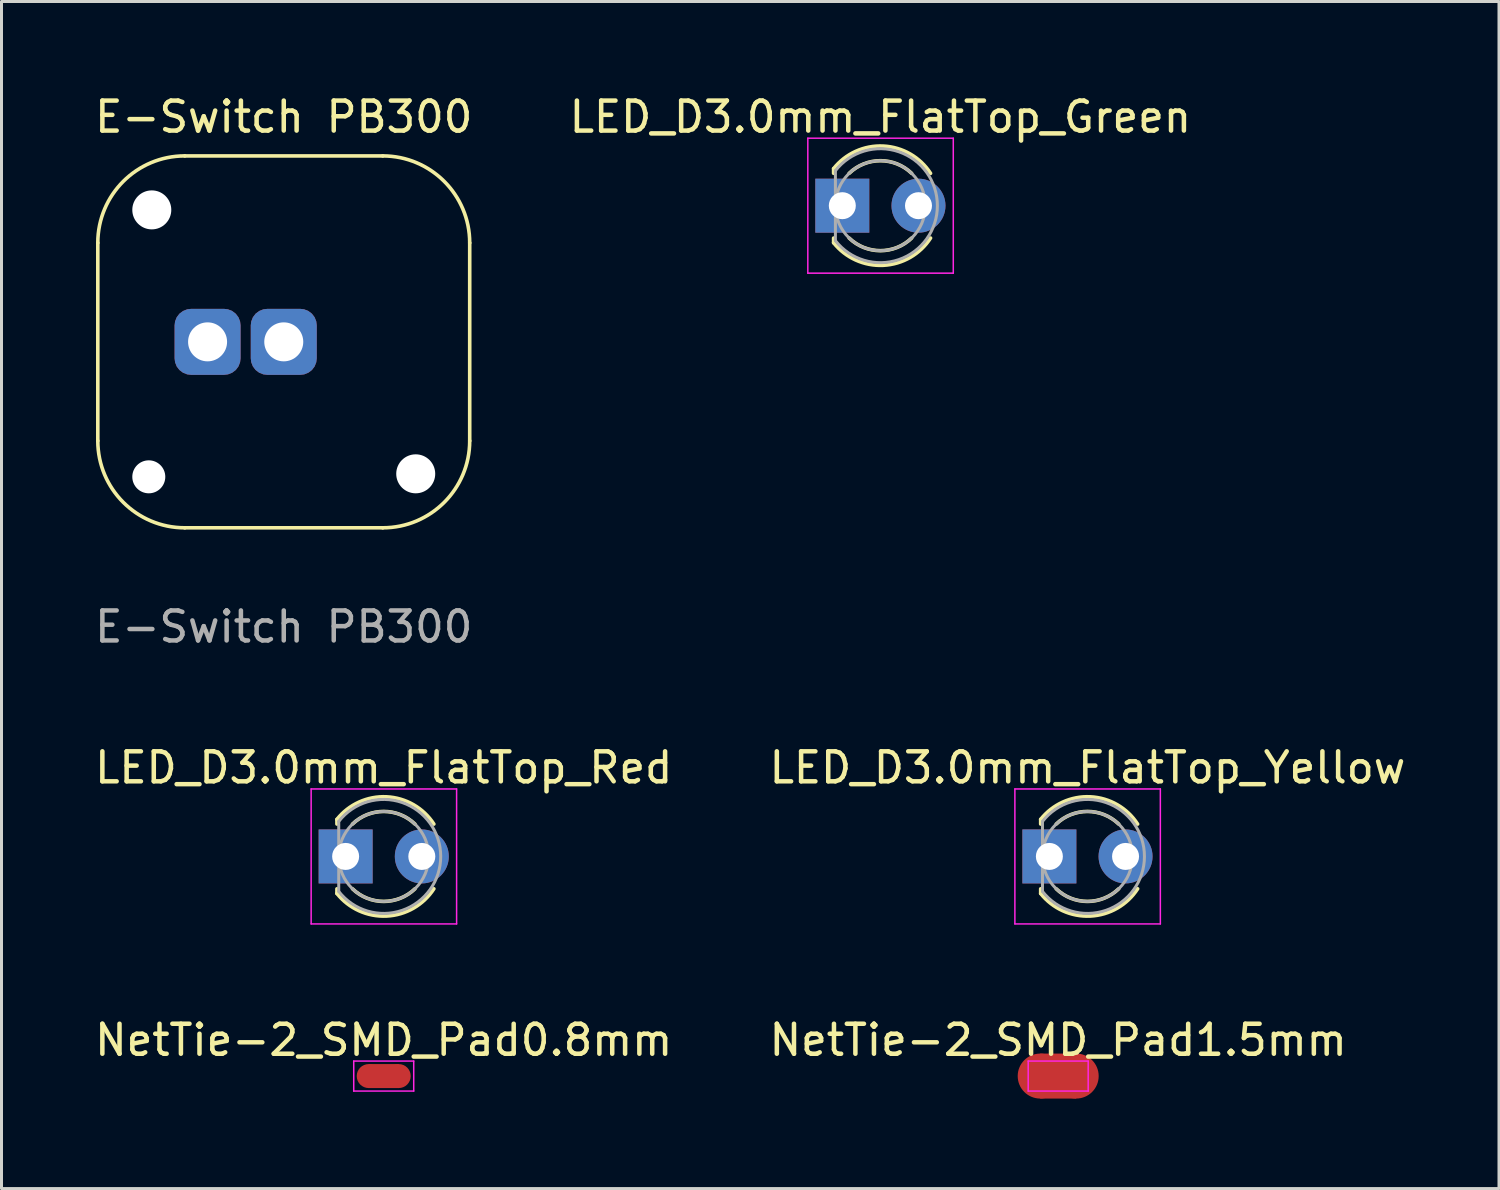
<source format=kicad_pcb>
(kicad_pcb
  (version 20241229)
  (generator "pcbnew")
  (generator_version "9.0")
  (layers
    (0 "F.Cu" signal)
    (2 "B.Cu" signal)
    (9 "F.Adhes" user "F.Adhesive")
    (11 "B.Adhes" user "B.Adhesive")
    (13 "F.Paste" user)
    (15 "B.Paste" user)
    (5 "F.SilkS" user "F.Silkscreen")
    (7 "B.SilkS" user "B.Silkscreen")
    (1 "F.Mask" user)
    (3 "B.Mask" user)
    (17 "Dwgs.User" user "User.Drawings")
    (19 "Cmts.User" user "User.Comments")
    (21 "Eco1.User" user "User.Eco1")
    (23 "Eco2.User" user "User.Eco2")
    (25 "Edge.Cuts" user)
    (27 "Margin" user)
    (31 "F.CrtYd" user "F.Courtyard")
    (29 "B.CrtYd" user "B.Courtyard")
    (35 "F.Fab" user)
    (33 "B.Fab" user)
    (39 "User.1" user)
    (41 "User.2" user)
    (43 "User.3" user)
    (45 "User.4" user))
  (footprint "NetTie-2_SMD_Pad0.8mm"
    (layer "F.Cu")
    (at 9.744 32.828)
    (property "Reference" "NetTie-2_SMD_Pad0.8mm" (at 0 -1.2 0) (layer "F.SilkS") (effects (font (size 1 1) (thickness 0.15))))
    (attr exclude_from_pos_files exclude_from_bom)
    (fp_poly (pts (xy -0.5 -0.4) (xy 0.5 -0.4) (xy 0.5 0.4) (xy -0.5 0.4)) (stroke (width 0) (type solid)) (fill yes) (layer "F.Cu"))
    (fp_line (start -1 -0.5) (end -1 0.5) (stroke (width 0.05) (type solid)) (layer "F.CrtYd"))
    (fp_line (start -1 0.5) (end 1 0.5) (stroke (width 0.05) (type solid)) (layer "F.CrtYd"))
    (fp_line (start 1 -0.5) (end -1 -0.5) (stroke (width 0.05) (type solid)) (layer "F.CrtYd"))
    (fp_line (start 1 0.5) (end 1 -0.5) (stroke (width 0.05) (type solid)) (layer "F.CrtYd"))
    (pad "1" smd circle (at -0.5 0) (size 0.8 0.8) (layers "F.Cu"))
    (pad "2" smd circle (at 0.5 0) (size 0.8 0.8) (layers "F.Cu")))
  (footprint "LED_D3.0mm_FlatTop_Yellow"
    (layer "F.Cu")
    (at 31.938 25.505)
    (property "Reference" "LED_D3.0mm_FlatTop_Yellow" (at 1.27 -2.96 0) (layer "F.SilkS") (effects (font (size 1 1) (thickness 0.15))))
    (attr through_hole)
    (fp_line (start -0.29 -1.236) (end -0.29 -1.08) (stroke (width 0.12) (type solid)) (layer "F.SilkS"))
    (fp_line (start -0.29 1.08) (end -0.29 1.236) (stroke (width 0.12) (type solid)) (layer "F.SilkS"))
    (fp_arc (start -0.29 -1.235516) (mid 1.366487 -1.987659) (end 2.942335 -1.078608) (stroke (width 0.12) (type solid)) (layer "F.SilkS"))
    (fp_arc (start 0.229039 -1.08) (mid 1.270117 -1.5) (end 2.31113 -1.079837) (stroke (width 0.12) (type solid)) (layer "F.SilkS"))
    (fp_arc (start 2.31113 1.079837) (mid 1.270117 1.5) (end 0.229039 1.08) (stroke (width 0.12) (type solid)) (layer "F.SilkS"))
    (fp_arc (start 2.942335 1.078608) (mid 1.366487 1.987659) (end -0.29 1.235516) (stroke (width 0.12) (type solid)) (layer "F.SilkS"))
    (fp_line (start -1.15 -2.25) (end -1.15 2.25) (stroke (width 0.05) (type solid)) (layer "F.CrtYd"))
    (fp_line (start -1.15 2.25) (end 3.7 2.25) (stroke (width 0.05) (type solid)) (layer "F.CrtYd"))
    (fp_line (start 3.7 -2.25) (end -1.15 -2.25) (stroke (width 0.05) (type solid)) (layer "F.CrtYd"))
    (fp_line (start 3.7 2.25) (end 3.7 -2.25) (stroke (width 0.05) (type solid)) (layer "F.CrtYd"))
    (fp_line (start -0.23 -1.166) (end -0.23 1.166) (stroke (width 0.1) (type solid)) (layer "F.Fab"))
    (fp_arc (start -0.23 -1.16619) (mid 3.17 0.000452) (end -0.230555 1.165476) (stroke (width 0.1) (type solid)) (layer "F.Fab"))
    (fp_circle (center 1.27 0) (end 2.77 0) (stroke (width 0.1) (type solid)) (fill no) (layer "F.Fab"))
    (pad "1" thru_hole rect (at 0 0) (size 1.8 1.8) (drill 0.9) (layers "*.Cu" "*.Mask"))
    (pad "2" thru_hole circle (at 2.54 0) (size 1.8 1.8) (drill 0.9) (layers "*.Cu" "*.Mask")))
  (footprint "LED_D3.0mm_FlatTop_Green"
    (layer "F.Cu")
    (at 25.034 3.808)
    (property "Reference" "LED_D3.0mm_FlatTop_Green" (at 1.27 -2.96 0) (layer "F.SilkS") (effects (font (size 1 1) (thickness 0.15))))
    (attr through_hole)
    (fp_line (start -0.29 -1.236) (end -0.29 -1.08) (stroke (width 0.12) (type solid)) (layer "F.SilkS"))
    (fp_line (start -0.29 1.08) (end -0.29 1.236) (stroke (width 0.12) (type solid)) (layer "F.SilkS"))
    (fp_arc (start -0.29 -1.235516) (mid 1.366487 -1.987659) (end 2.942335 -1.078608) (stroke (width 0.12) (type solid)) (layer "F.SilkS"))
    (fp_arc (start 0.229039 -1.08) (mid 1.270117 -1.5) (end 2.31113 -1.079837) (stroke (width 0.12) (type solid)) (layer "F.SilkS"))
    (fp_arc (start 2.31113 1.079837) (mid 1.270117 1.5) (end 0.229039 1.08) (stroke (width 0.12) (type solid)) (layer "F.SilkS"))
    (fp_arc (start 2.942335 1.078608) (mid 1.366487 1.987659) (end -0.29 1.235516) (stroke (width 0.12) (type solid)) (layer "F.SilkS"))
    (fp_line (start -1.15 -2.25) (end -1.15 2.25) (stroke (width 0.05) (type solid)) (layer "F.CrtYd"))
    (fp_line (start -1.15 2.25) (end 3.7 2.25) (stroke (width 0.05) (type solid)) (layer "F.CrtYd"))
    (fp_line (start 3.7 -2.25) (end -1.15 -2.25) (stroke (width 0.05) (type solid)) (layer "F.CrtYd"))
    (fp_line (start 3.7 2.25) (end 3.7 -2.25) (stroke (width 0.05) (type solid)) (layer "F.CrtYd"))
    (fp_line (start -0.23 -1.166) (end -0.23 1.166) (stroke (width 0.1) (type solid)) (layer "F.Fab"))
    (fp_arc (start -0.23 -1.16619) (mid 3.17 0.000452) (end -0.230555 1.165476) (stroke (width 0.1) (type solid)) (layer "F.Fab"))
    (fp_circle (center 1.27 0) (end 2.77 0) (stroke (width 0.1) (type solid)) (fill no) (layer "F.Fab"))
    (pad "1" thru_hole rect (at 0 0) (size 1.8 1.8) (drill 0.9) (layers "*.Cu" "*.Mask"))
    (pad "2" thru_hole circle (at 2.54 0) (size 1.8 1.8) (drill 0.9) (layers "*.Cu" "*.Mask")))
  (footprint "LED_D3.0mm_FlatTop_Red"
    (layer "F.Cu")
    (at 8.474 25.505)
    (property "Reference" "LED_D3.0mm_FlatTop_Red" (at 1.27 -2.96 0) (layer "F.SilkS") (effects (font (size 1 1) (thickness 0.15))))
    (attr through_hole)
    (fp_line (start -0.29 -1.236) (end -0.29 -1.08) (stroke (width 0.12) (type solid)) (layer "F.SilkS"))
    (fp_line (start -0.29 1.08) (end -0.29 1.236) (stroke (width 0.12) (type solid)) (layer "F.SilkS"))
    (fp_arc (start -0.29 -1.235516) (mid 1.366487 -1.987659) (end 2.942335 -1.078608) (stroke (width 0.12) (type solid)) (layer "F.SilkS"))
    (fp_arc (start 0.229039 -1.08) (mid 1.270117 -1.5) (end 2.31113 -1.079837) (stroke (width 0.12) (type solid)) (layer "F.SilkS"))
    (fp_arc (start 2.31113 1.079837) (mid 1.270117 1.5) (end 0.229039 1.08) (stroke (width 0.12) (type solid)) (layer "F.SilkS"))
    (fp_arc (start 2.942335 1.078608) (mid 1.366487 1.987659) (end -0.29 1.235516) (stroke (width 0.12) (type solid)) (layer "F.SilkS"))
    (fp_line (start -1.15 -2.25) (end -1.15 2.25) (stroke (width 0.05) (type solid)) (layer "F.CrtYd"))
    (fp_line (start -1.15 2.25) (end 3.7 2.25) (stroke (width 0.05) (type solid)) (layer "F.CrtYd"))
    (fp_line (start 3.7 -2.25) (end -1.15 -2.25) (stroke (width 0.05) (type solid)) (layer "F.CrtYd"))
    (fp_line (start 3.7 2.25) (end 3.7 -2.25) (stroke (width 0.05) (type solid)) (layer "F.CrtYd"))
    (fp_line (start -0.23 -1.166) (end -0.23 1.166) (stroke (width 0.1) (type solid)) (layer "F.Fab"))
    (fp_arc (start -0.23 -1.16619) (mid 3.17 0.000452) (end -0.230555 1.165476) (stroke (width 0.1) (type solid)) (layer "F.Fab"))
    (fp_circle (center 1.27 0) (end 2.77 0) (stroke (width 0.1) (type solid)) (fill no) (layer "F.Fab"))
    (pad "1" thru_hole rect (at 0 0) (size 1.8 1.8) (drill 0.9) (layers "*.Cu" "*.Mask"))
    (pad "2" thru_hole circle (at 2.54 0) (size 1.8 1.8) (drill 0.9) (layers "*.Cu" "*.Mask")))
  (footprint "E-Switch PB300"
    (layer "F.Cu")
    (at 6.411 8.348)
    (property "Reference" "E-Switch PB300" (at 0 -7.5 0) (unlocked yes) (layer "F.SilkS") (effects (font (size 1 1) (thickness 0.15))))
    (attr through_hole)
    (fp_line (start -6.2 -3.3) (end -6.2 3.3) (stroke (width 0.12) (type solid)) (layer "F.SilkS"))
    (fp_line (start -3.3 -6.2) (end 3.3 -6.2) (stroke (width 0.12) (type solid)) (layer "F.SilkS"))
    (fp_line (start -3.3 6.2) (end 3.3 6.2) (stroke (width 0.12) (type solid)) (layer "F.SilkS"))
    (fp_line (start 6.2 3.3) (end 6.2 -3.3) (stroke (width 0.12) (type solid)) (layer "F.SilkS"))
    (fp_arc (start -6.2 -3.3) (mid -5.35061 -5.35061) (end -3.3 -6.2) (stroke (width 0.12) (type solid)) (layer "F.SilkS"))
    (fp_arc (start -3.3 6.2) (mid -5.35061 5.35061) (end -6.2 3.3) (stroke (width 0.12) (type solid)) (layer "F.SilkS"))
    (fp_arc (start 3.3 -6.2) (mid 5.35061 -5.35061) (end 6.2 -3.3) (stroke (width 0.12) (type solid)) (layer "F.SilkS"))
    (fp_arc (start 6.2 3.3) (mid 5.35061 5.35061) (end 3.3 6.2) (stroke (width 0.12) (type solid)) (layer "F.SilkS"))
    (fp_text user "${REFERENCE}" (at 0 9.5 0) (unlocked yes) (layer "F.Fab") (effects (font (size 1 1) (thickness 0.15))))
    (pad "" np_thru_hole circle (at -4.5 4.5) (size 1.1 1.1) (drill 1.1) (layers "*.Cu" "*.Mask"))
    (pad "" np_thru_hole circle (at -4.4 -4.4) (size 1.3 1.3) (drill 1.3) (layers "*.Cu" "*.Mask"))
    (pad "" np_thru_hole circle (at 4.4 4.4) (size 1.3 1.3) (drill 1.3) (layers "*.Cu" "*.Mask"))
    (pad "1" thru_hole roundrect (at 0 0) (size 2.2 2.2) (drill 1.3) (layers "*.Cu" "*.Mask") (roundrect_rratio 0.25))
    (pad "2" thru_hole roundrect (at -2.54 0) (size 2.2 2.2) (drill 1.3) (layers "*.Cu" "*.Mask") (roundrect_rratio 0.25)))
  (footprint "NetTie-2_SMD_Pad1.5mm"
    (layer "F.Cu")
    (at 32.232 32.828)
    (property "Reference" "NetTie-2_SMD_Pad1.5mm" (at 0 -1.2 0) (layer "F.SilkS") (effects (font (size 1 1) (thickness 0.15))))
    (attr exclude_from_pos_files exclude_from_bom)
    (fp_poly (pts (xy -0.6 -0.75) (xy 0.6 -0.75) (xy 0.6 0.75) (xy -0.6 0.75)) (stroke (width 0) (type solid)) (fill yes) (layer "F.Cu"))
    (fp_line (start -1 -0.5) (end -1 0.5) (stroke (width 0.05) (type solid)) (layer "F.CrtYd"))
    (fp_line (start -1 0.5) (end 1 0.5) (stroke (width 0.05) (type solid)) (layer "F.CrtYd"))
    (fp_line (start 1 -0.5) (end -1 -0.5) (stroke (width 0.05) (type solid)) (layer "F.CrtYd"))
    (fp_line (start 1 0.5) (end 1 -0.5) (stroke (width 0.05) (type solid)) (layer "F.CrtYd"))
    (pad "1" smd circle (at -0.6 0) (size 1.5 1.5) (layers "F.Cu"))
    (pad "2" smd circle (at 0.6 0) (size 1.5 1.5) (layers "F.Cu")))
  (gr_rect
    (start -3 -3)
    (end 46.929 36.578)
    (stroke (width 0.1) (type default))
    (fill no)
    (layer "Edge.Cuts")))
</source>
